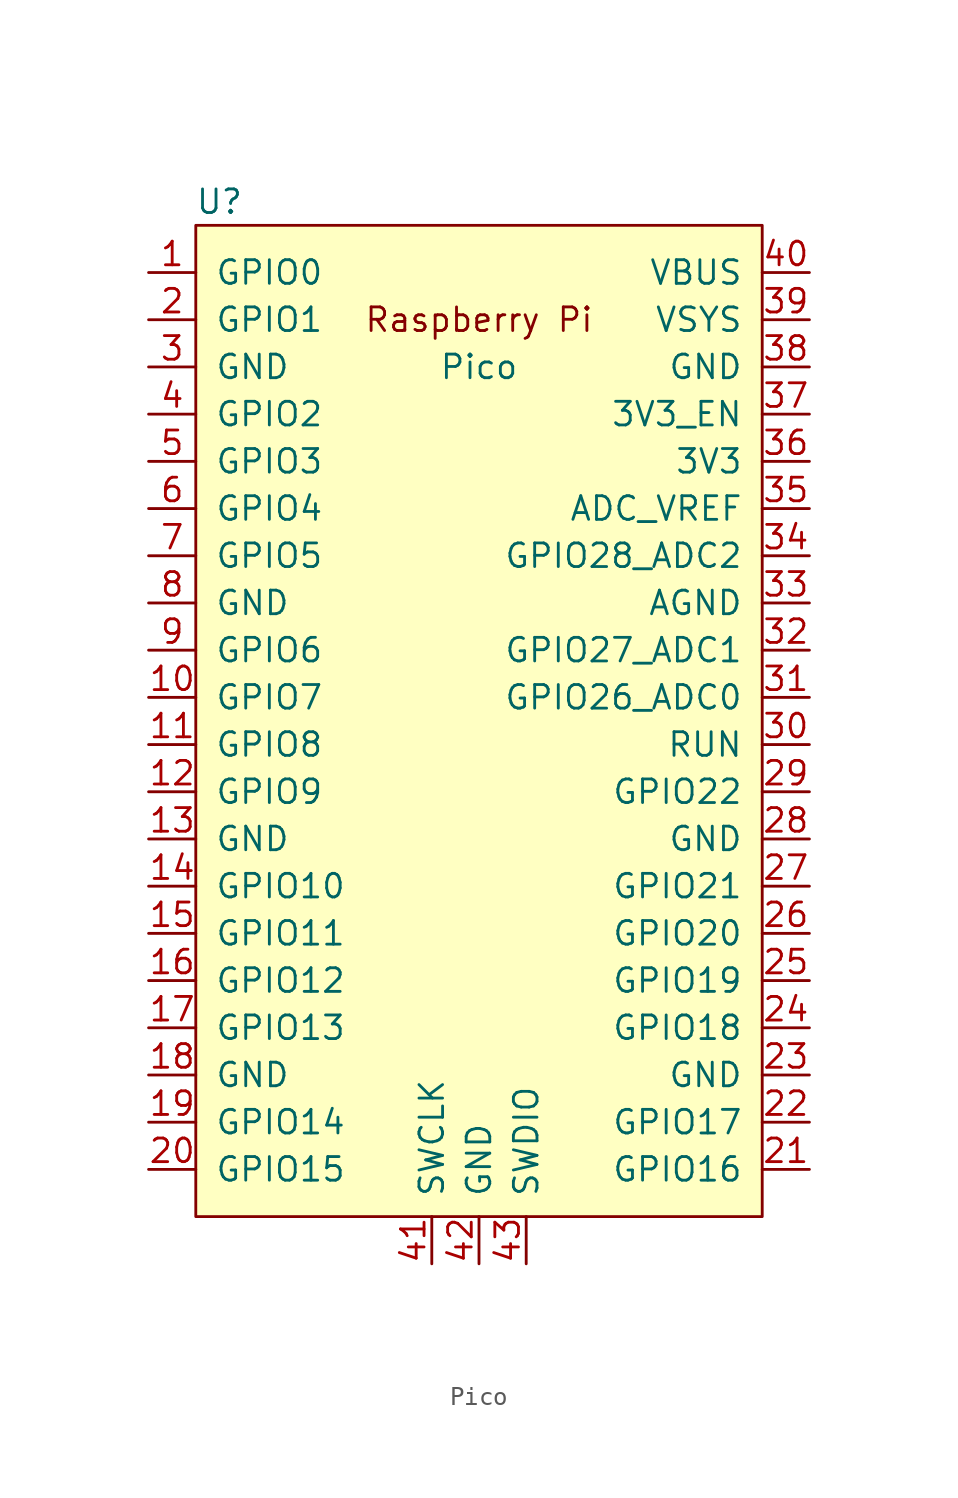
<source format=kicad_sym>
(kicad_symbol_lib
  (version 20211014)
  (generator kicad_symbol_editor)
  (symbol "Pico"
    (pin_names
      (offset 1.016))
    (property "Reference" "U"
      (at -13.97 27.94 0)
      (effects (font (size 1.27 1.27))))
    (property "Value" "Pico"
      (at 0 19.05 0)
      (effects (font (size 1.27 1.27))))
    (symbol "Pico_0_0"
      (text "Raspberry Pi" (at 0 21.59 0) (effects (font (size 1.27 1.27)))))
    (symbol "Pico_0_1"
      (rectangle (start -15.24 26.67) (end 15.24 -26.67) (stroke (width 0) (type default) (color 0 0 0 0)) (fill (type background))))
    (symbol "Pico_1_1"
      (pin bidirectional line (at -17.78 24.13 0) (length 2.54) (name "GPIO0" (effects (font (size 1.27 1.27)))) (number "1" (effects (font (size 1.27 1.27)))))
      (pin bidirectional line (at -17.78 1.27 0) (length 2.54) (name "GPIO7" (effects (font (size 1.27 1.27)))) (number "10" (effects (font (size 1.27 1.27)))))
      (pin bidirectional line (at -17.78 -1.27 0) (length 2.54) (name "GPIO8" (effects (font (size 1.27 1.27)))) (number "11" (effects (font (size 1.27 1.27)))))
      (pin bidirectional line (at -17.78 -3.81 0) (length 2.54) (name "GPIO9" (effects (font (size 1.27 1.27)))) (number "12" (effects (font (size 1.27 1.27)))))
      (pin power_in line (at -17.78 -6.35 0) (length 2.54) (name "GND" (effects (font (size 1.27 1.27)))) (number "13" (effects (font (size 1.27 1.27)))))
      (pin bidirectional line (at -17.78 -8.89 0) (length 2.54) (name "GPIO10" (effects (font (size 1.27 1.27)))) (number "14" (effects (font (size 1.27 1.27)))))
      (pin bidirectional line (at -17.78 -11.43 0) (length 2.54) (name "GPIO11" (effects (font (size 1.27 1.27)))) (number "15" (effects (font (size 1.27 1.27)))))
      (pin bidirectional line (at -17.78 -13.97 0) (length 2.54) (name "GPIO12" (effects (font (size 1.27 1.27)))) (number "16" (effects (font (size 1.27 1.27)))))
      (pin bidirectional line (at -17.78 -16.51 0) (length 2.54) (name "GPIO13" (effects (font (size 1.27 1.27)))) (number "17" (effects (font (size 1.27 1.27)))))
      (pin power_in line (at -17.78 -19.05 0) (length 2.54) (name "GND" (effects (font (size 1.27 1.27)))) (number "18" (effects (font (size 1.27 1.27)))))
      (pin bidirectional line (at -17.78 -21.59 0) (length 2.54) (name "GPIO14" (effects (font (size 1.27 1.27)))) (number "19" (effects (font (size 1.27 1.27)))))
      (pin bidirectional line (at -17.78 21.59 0) (length 2.54) (name "GPIO1" (effects (font (size 1.27 1.27)))) (number "2" (effects (font (size 1.27 1.27)))))
      (pin bidirectional line (at -17.78 -24.13 0) (length 2.54) (name "GPIO15" (effects (font (size 1.27 1.27)))) (number "20" (effects (font (size 1.27 1.27)))))
      (pin bidirectional line (at 17.78 -24.13 180) (length 2.54) (name "GPIO16" (effects (font (size 1.27 1.27)))) (number "21" (effects (font (size 1.27 1.27)))))
      (pin bidirectional line (at 17.78 -21.59 180) (length 2.54) (name "GPIO17" (effects (font (size 1.27 1.27)))) (number "22" (effects (font (size 1.27 1.27)))))
      (pin power_in line (at 17.78 -19.05 180) (length 2.54) (name "GND" (effects (font (size 1.27 1.27)))) (number "23" (effects (font (size 1.27 1.27)))))
      (pin bidirectional line (at 17.78 -16.51 180) (length 2.54) (name "GPIO18" (effects (font (size 1.27 1.27)))) (number "24" (effects (font (size 1.27 1.27)))))
      (pin bidirectional line (at 17.78 -13.97 180) (length 2.54) (name "GPIO19" (effects (font (size 1.27 1.27)))) (number "25" (effects (font (size 1.27 1.27)))))
      (pin bidirectional line (at 17.78 -11.43 180) (length 2.54) (name "GPIO20" (effects (font (size 1.27 1.27)))) (number "26" (effects (font (size 1.27 1.27)))))
      (pin bidirectional line (at 17.78 -8.89 180) (length 2.54) (name "GPIO21" (effects (font (size 1.27 1.27)))) (number "27" (effects (font (size 1.27 1.27)))))
      (pin power_in line (at 17.78 -6.35 180) (length 2.54) (name "GND" (effects (font (size 1.27 1.27)))) (number "28" (effects (font (size 1.27 1.27)))))
      (pin bidirectional line (at 17.78 -3.81 180) (length 2.54) (name "GPIO22" (effects (font (size 1.27 1.27)))) (number "29" (effects (font (size 1.27 1.27)))))
      (pin power_in line (at -17.78 19.05 0) (length 2.54) (name "GND" (effects (font (size 1.27 1.27)))) (number "3" (effects (font (size 1.27 1.27)))))
      (pin input line (at 17.78 -1.27 180) (length 2.54) (name "RUN" (effects (font (size 1.27 1.27)))) (number "30" (effects (font (size 1.27 1.27)))))
      (pin bidirectional line (at 17.78 1.27 180) (length 2.54) (name "GPIO26_ADC0" (effects (font (size 1.27 1.27)))) (number "31" (effects (font (size 1.27 1.27)))))
      (pin bidirectional line (at 17.78 3.81 180) (length 2.54) (name "GPIO27_ADC1" (effects (font (size 1.27 1.27)))) (number "32" (effects (font (size 1.27 1.27)))))
      (pin power_in line (at 17.78 6.35 180) (length 2.54) (name "AGND" (effects (font (size 1.27 1.27)))) (number "33" (effects (font (size 1.27 1.27)))))
      (pin bidirectional line (at 17.78 8.89 180) (length 2.54) (name "GPIO28_ADC2" (effects (font (size 1.27 1.27)))) (number "34" (effects (font (size 1.27 1.27)))))
      (pin unspecified line (at 17.78 11.43 180) (length 2.54) (name "ADC_VREF" (effects (font (size 1.27 1.27)))) (number "35" (effects (font (size 1.27 1.27)))))
      (pin power_out line (at 17.78 13.97 180) (length 2.54) (name "3V3" (effects (font (size 1.27 1.27)))) (number "36" (effects (font (size 1.27 1.27)))))
      (pin input line (at 17.78 16.51 180) (length 2.54) (name "3V3_EN" (effects (font (size 1.27 1.27)))) (number "37" (effects (font (size 1.27 1.27)))))
      (pin power_in line (at 17.78 19.05 180) (length 2.54) (name "GND" (effects (font (size 1.27 1.27)))) (number "38" (effects (font (size 1.27 1.27)))))
      (pin unspecified line (at 17.78 21.59 180) (length 2.54) (name "VSYS" (effects (font (size 1.27 1.27)))) (number "39" (effects (font (size 1.27 1.27)))))
      (pin bidirectional line (at -17.78 16.51 0) (length 2.54) (name "GPIO2" (effects (font (size 1.27 1.27)))) (number "4" (effects (font (size 1.27 1.27)))))
      (pin power_out line (at 17.78 24.13 180) (length 2.54) (name "VBUS" (effects (font (size 1.27 1.27)))) (number "40" (effects (font (size 1.27 1.27)))))
      (pin input line (at -2.54 -29.21 90) (length 2.54) (name "SWCLK" (effects (font (size 1.27 1.27)))) (number "41" (effects (font (size 1.27 1.27)))))
      (pin power_in line (at 0 -29.21 90) (length 2.54) (name "GND" (effects (font (size 1.27 1.27)))) (number "42" (effects (font (size 1.27 1.27)))))
      (pin bidirectional line (at 2.54 -29.21 90) (length 2.54) (name "SWDIO" (effects (font (size 1.27 1.27)))) (number "43" (effects (font (size 1.27 1.27)))))
      (pin bidirectional line (at -17.78 13.97 0) (length 2.54) (name "GPIO3" (effects (font (size 1.27 1.27)))) (number "5" (effects (font (size 1.27 1.27)))))
      (pin bidirectional line (at -17.78 11.43 0) (length 2.54) (name "GPIO4" (effects (font (size 1.27 1.27)))) (number "6" (effects (font (size 1.27 1.27)))))
      (pin bidirectional line (at -17.78 8.89 0) (length 2.54) (name "GPIO5" (effects (font (size 1.27 1.27)))) (number "7" (effects (font (size 1.27 1.27)))))
      (pin power_in line (at -17.78 6.35 0) (length 2.54) (name "GND" (effects (font (size 1.27 1.27)))) (number "8" (effects (font (size 1.27 1.27)))))
      (pin bidirectional line (at -17.78 3.81 0) (length 2.54) (name "GPIO6" (effects (font (size 1.27 1.27)))) (number "9" (effects (font (size 1.27 1.27))))))))
</source>
